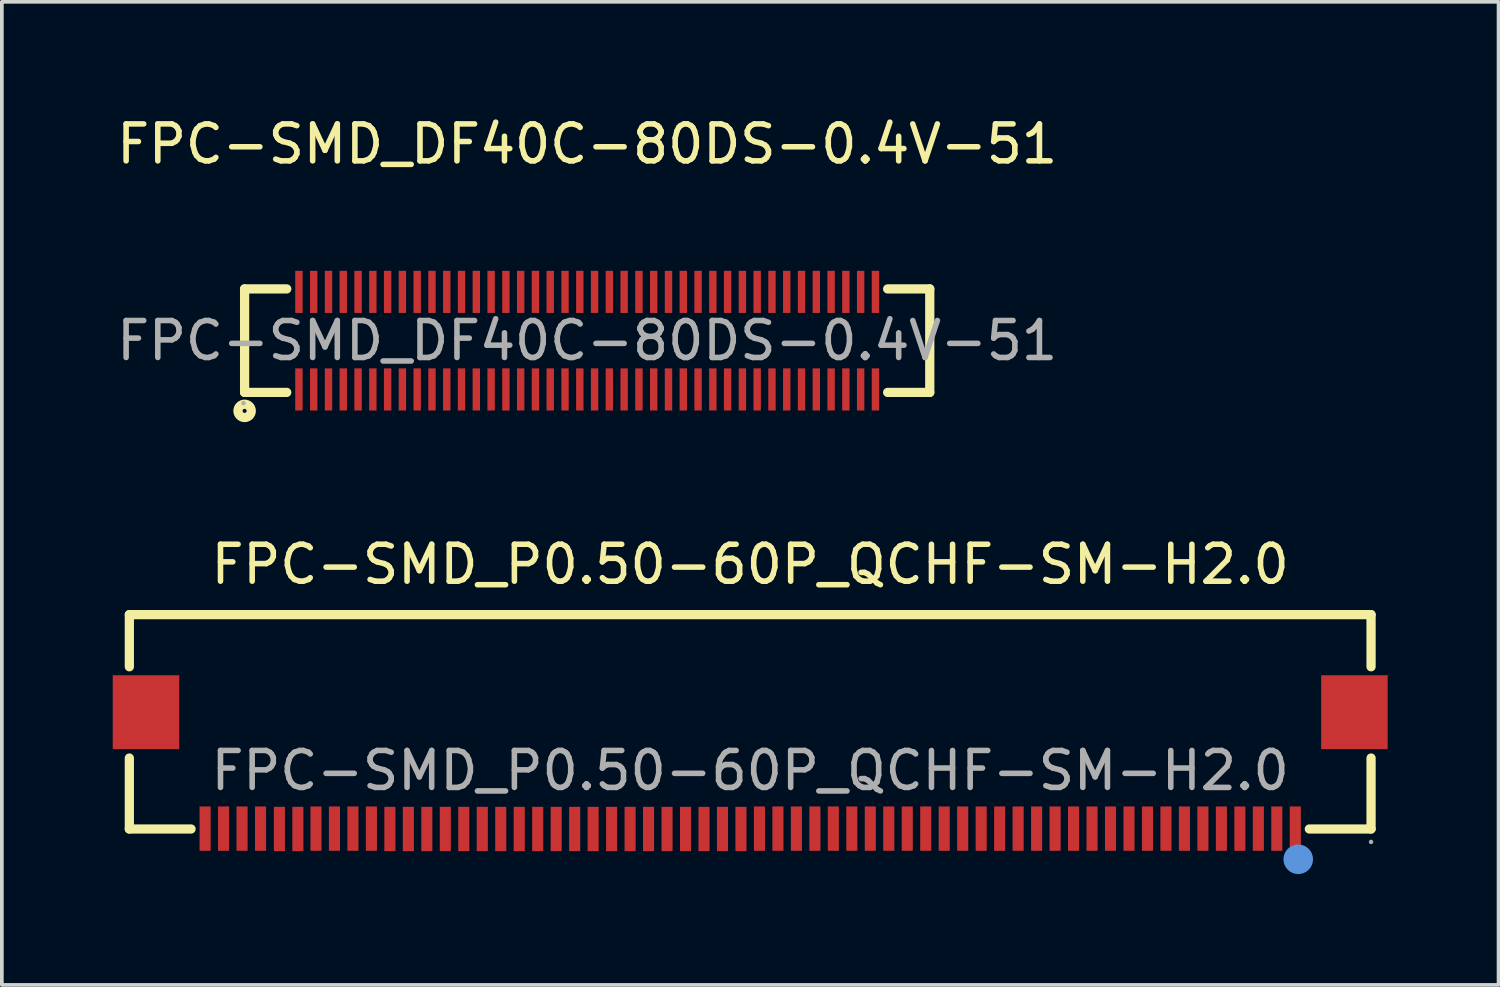
<source format=kicad_pcb>
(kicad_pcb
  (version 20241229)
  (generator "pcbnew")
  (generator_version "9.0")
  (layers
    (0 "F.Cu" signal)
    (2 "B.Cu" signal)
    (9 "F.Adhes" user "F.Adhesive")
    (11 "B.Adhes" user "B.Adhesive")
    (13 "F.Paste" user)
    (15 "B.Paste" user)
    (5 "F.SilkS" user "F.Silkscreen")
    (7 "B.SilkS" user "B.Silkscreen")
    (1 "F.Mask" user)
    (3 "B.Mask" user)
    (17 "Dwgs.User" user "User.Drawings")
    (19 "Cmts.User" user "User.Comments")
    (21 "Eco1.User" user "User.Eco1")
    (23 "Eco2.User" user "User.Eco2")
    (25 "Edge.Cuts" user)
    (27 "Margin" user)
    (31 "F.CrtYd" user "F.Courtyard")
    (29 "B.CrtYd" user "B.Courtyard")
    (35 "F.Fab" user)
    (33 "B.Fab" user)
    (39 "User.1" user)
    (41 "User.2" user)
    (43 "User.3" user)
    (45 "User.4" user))
  (footprint "FPC-SMD_DF40C-80DS-0.4V-51"
    (layer "F.Cu")
    (at 12.839 6.168)
    (property "Reference" "FPC-SMD_DF40C-80DS-0.4V-51" (at 0 -5.32 0) (layer "F.SilkS") (effects (font (size 1 1) (thickness 0.15))))
    (attr smd)
    (fp_line (start -9.27 -1.4) (end -9.27 1.4) (stroke (width 0.25) (type solid)) (layer "F.SilkS"))
    (fp_line (start -9.27 1.4) (end -8.13 1.4) (stroke (width 0.25) (type solid)) (layer "F.SilkS"))
    (fp_line (start -8.13 -1.4) (end -9.27 -1.4) (stroke (width 0.25) (type solid)) (layer "F.SilkS"))
    (fp_line (start 8.13 -1.4) (end 9.27 -1.4) (stroke (width 0.25) (type solid)) (layer "F.SilkS"))
    (fp_line (start 9.27 -1.4) (end 9.27 1.4) (stroke (width 0.25) (type solid)) (layer "F.SilkS"))
    (fp_line (start 9.27 1.4) (end 8.13 1.4) (stroke (width 0.25) (type solid)) (layer "F.SilkS"))
    (fp_circle (center -9.27 1.9) (end -9.09 1.9) (stroke (width 0.25) (type solid)) (fill no) (layer "F.SilkS"))
    (fp_circle (center -9.3 1.69) (end -9.27 1.69) (stroke (width 0.06) (type solid)) (fill no) (layer "F.Fab"))
    (fp_text user "${REFERENCE}" (at 0 0 0) (layer "F.Fab") (effects (font (size 1 1) (thickness 0.15))))
    (pad "1" smd rect (at -7.8 1.32) (size 0.2 1.14) (layers "F.Cu" "F.Mask" "F.Paste"))
    (pad "2" smd rect (at -7.4 1.32) (size 0.2 1.14) (layers "F.Cu" "F.Mask" "F.Paste"))
    (pad "3" smd rect (at -7 1.32) (size 0.2 1.14) (layers "F.Cu" "F.Mask" "F.Paste"))
    (pad "4" smd rect (at -6.6 1.32) (size 0.2 1.14) (layers "F.Cu" "F.Mask" "F.Paste"))
    (pad "5" smd rect (at -6.2 1.32) (size 0.2 1.14) (layers "F.Cu" "F.Mask" "F.Paste"))
    (pad "6" smd rect (at -5.8 1.32) (size 0.2 1.14) (layers "F.Cu" "F.Mask" "F.Paste"))
    (pad "7" smd rect (at -5.4 1.32) (size 0.2 1.14) (layers "F.Cu" "F.Mask" "F.Paste"))
    (pad "8" smd rect (at -5 1.32) (size 0.2 1.14) (layers "F.Cu" "F.Mask" "F.Paste"))
    (pad "9" smd rect (at -4.6 1.32) (size 0.2 1.14) (layers "F.Cu" "F.Mask" "F.Paste"))
    (pad "10" smd rect (at -4.2 1.32) (size 0.2 1.14) (layers "F.Cu" "F.Mask" "F.Paste"))
    (pad "11" smd rect (at -3.8 1.32) (size 0.2 1.14) (layers "F.Cu" "F.Mask" "F.Paste"))
    (pad "12" smd rect (at -3.4 1.32) (size 0.2 1.14) (layers "F.Cu" "F.Mask" "F.Paste"))
    (pad "13" smd rect (at -3 1.32) (size 0.2 1.14) (layers "F.Cu" "F.Mask" "F.Paste"))
    (pad "14" smd rect (at -2.6 1.32) (size 0.2 1.14) (layers "F.Cu" "F.Mask" "F.Paste"))
    (pad "15" smd rect (at -2.2 1.32) (size 0.2 1.14) (layers "F.Cu" "F.Mask" "F.Paste"))
    (pad "16" smd rect (at -1.8 1.32) (size 0.2 1.14) (layers "F.Cu" "F.Mask" "F.Paste"))
    (pad "17" smd rect (at -1.4 1.32) (size 0.2 1.14) (layers "F.Cu" "F.Mask" "F.Paste"))
    (pad "18" smd rect (at -1 1.32) (size 0.2 1.14) (layers "F.Cu" "F.Mask" "F.Paste"))
    (pad "19" smd rect (at -0.6 1.32) (size 0.2 1.14) (layers "F.Cu" "F.Mask" "F.Paste"))
    (pad "20" smd rect (at -0.2 1.32) (size 0.2 1.14) (layers "F.Cu" "F.Mask" "F.Paste"))
    (pad "21" smd rect (at 0.2 1.32) (size 0.2 1.14) (layers "F.Cu" "F.Mask" "F.Paste"))
    (pad "22" smd rect (at 0.6 1.32) (size 0.2 1.14) (layers "F.Cu" "F.Mask" "F.Paste"))
    (pad "23" smd rect (at 1 1.32) (size 0.2 1.14) (layers "F.Cu" "F.Mask" "F.Paste"))
    (pad "24" smd rect (at 1.4 1.32) (size 0.2 1.14) (layers "F.Cu" "F.Mask" "F.Paste"))
    (pad "25" smd rect (at 1.8 1.32) (size 0.2 1.14) (layers "F.Cu" "F.Mask" "F.Paste"))
    (pad "26" smd rect (at 2.2 1.32) (size 0.2 1.14) (layers "F.Cu" "F.Mask" "F.Paste"))
    (pad "27" smd rect (at 2.6 1.32) (size 0.2 1.14) (layers "F.Cu" "F.Mask" "F.Paste"))
    (pad "28" smd rect (at 3 1.32) (size 0.2 1.14) (layers "F.Cu" "F.Mask" "F.Paste"))
    (pad "29" smd rect (at 3.4 1.32) (size 0.2 1.14) (layers "F.Cu" "F.Mask" "F.Paste"))
    (pad "30" smd rect (at 3.8 1.32) (size 0.2 1.14) (layers "F.Cu" "F.Mask" "F.Paste"))
    (pad "31" smd rect (at 4.2 1.32) (size 0.2 1.14) (layers "F.Cu" "F.Mask" "F.Paste"))
    (pad "32" smd rect (at 4.6 1.32) (size 0.2 1.14) (layers "F.Cu" "F.Mask" "F.Paste"))
    (pad "33" smd rect (at 5 1.32) (size 0.2 1.14) (layers "F.Cu" "F.Mask" "F.Paste"))
    (pad "34" smd rect (at 5.4 1.32) (size 0.2 1.14) (layers "F.Cu" "F.Mask" "F.Paste"))
    (pad "35" smd rect (at 5.8 1.32) (size 0.2 1.14) (layers "F.Cu" "F.Mask" "F.Paste"))
    (pad "36" smd rect (at 6.2 1.32) (size 0.2 1.14) (layers "F.Cu" "F.Mask" "F.Paste"))
    (pad "37" smd rect (at 6.6 1.32) (size 0.2 1.14) (layers "F.Cu" "F.Mask" "F.Paste"))
    (pad "38" smd rect (at 7 1.32) (size 0.2 1.14) (layers "F.Cu" "F.Mask" "F.Paste"))
    (pad "39" smd rect (at 7.4 1.32) (size 0.2 1.14) (layers "F.Cu" "F.Mask" "F.Paste"))
    (pad "40" smd rect (at 7.8 1.32) (size 0.2 1.14) (layers "F.Cu" "F.Mask" "F.Paste"))
    (pad "41" smd rect (at 7.8 -1.32) (size 0.2 1.14) (layers "F.Cu" "F.Mask" "F.Paste"))
    (pad "42" smd rect (at 7.4 -1.32) (size 0.2 1.14) (layers "F.Cu" "F.Mask" "F.Paste"))
    (pad "43" smd rect (at 7 -1.32) (size 0.2 1.14) (layers "F.Cu" "F.Mask" "F.Paste"))
    (pad "44" smd rect (at 6.6 -1.32) (size 0.2 1.14) (layers "F.Cu" "F.Mask" "F.Paste"))
    (pad "45" smd rect (at 6.2 -1.32) (size 0.2 1.14) (layers "F.Cu" "F.Mask" "F.Paste"))
    (pad "46" smd rect (at 5.8 -1.32) (size 0.2 1.14) (layers "F.Cu" "F.Mask" "F.Paste"))
    (pad "47" smd rect (at 5.4 -1.32) (size 0.2 1.14) (layers "F.Cu" "F.Mask" "F.Paste"))
    (pad "48" smd rect (at 5 -1.32) (size 0.2 1.14) (layers "F.Cu" "F.Mask" "F.Paste"))
    (pad "49" smd rect (at 4.6 -1.32) (size 0.2 1.14) (layers "F.Cu" "F.Mask" "F.Paste"))
    (pad "50" smd rect (at 4.2 -1.32) (size 0.2 1.14) (layers "F.Cu" "F.Mask" "F.Paste"))
    (pad "51" smd rect (at 3.8 -1.32) (size 0.2 1.14) (layers "F.Cu" "F.Mask" "F.Paste"))
    (pad "52" smd rect (at 3.4 -1.32) (size 0.2 1.14) (layers "F.Cu" "F.Mask" "F.Paste"))
    (pad "53" smd rect (at 3 -1.32) (size 0.2 1.14) (layers "F.Cu" "F.Mask" "F.Paste"))
    (pad "54" smd rect (at 2.6 -1.32) (size 0.2 1.14) (layers "F.Cu" "F.Mask" "F.Paste"))
    (pad "55" smd rect (at 2.2 -1.32) (size 0.2 1.14) (layers "F.Cu" "F.Mask" "F.Paste"))
    (pad "56" smd rect (at 1.8 -1.32) (size 0.2 1.14) (layers "F.Cu" "F.Mask" "F.Paste"))
    (pad "57" smd rect (at 1.4 -1.32) (size 0.2 1.14) (layers "F.Cu" "F.Mask" "F.Paste"))
    (pad "58" smd rect (at 1 -1.32) (size 0.2 1.14) (layers "F.Cu" "F.Mask" "F.Paste"))
    (pad "59" smd rect (at 0.6 -1.32) (size 0.2 1.14) (layers "F.Cu" "F.Mask" "F.Paste"))
    (pad "60" smd rect (at 0.2 -1.32) (size 0.2 1.14) (layers "F.Cu" "F.Mask" "F.Paste"))
    (pad "61" smd rect (at -0.2 -1.32) (size 0.2 1.14) (layers "F.Cu" "F.Mask" "F.Paste"))
    (pad "62" smd rect (at -0.6 -1.32) (size 0.2 1.14) (layers "F.Cu" "F.Mask" "F.Paste"))
    (pad "63" smd rect (at -1 -1.32) (size 0.2 1.14) (layers "F.Cu" "F.Mask" "F.Paste"))
    (pad "64" smd rect (at -1.4 -1.32) (size 0.2 1.14) (layers "F.Cu" "F.Mask" "F.Paste"))
    (pad "65" smd rect (at -1.8 -1.32) (size 0.2 1.14) (layers "F.Cu" "F.Mask" "F.Paste"))
    (pad "66" smd rect (at -2.2 -1.32) (size 0.2 1.14) (layers "F.Cu" "F.Mask" "F.Paste"))
    (pad "67" smd rect (at -2.6 -1.32) (size 0.2 1.14) (layers "F.Cu" "F.Mask" "F.Paste"))
    (pad "68" smd rect (at -3 -1.32) (size 0.2 1.14) (layers "F.Cu" "F.Mask" "F.Paste"))
    (pad "69" smd rect (at -3.4 -1.32) (size 0.2 1.14) (layers "F.Cu" "F.Mask" "F.Paste"))
    (pad "70" smd rect (at -3.8 -1.32) (size 0.2 1.14) (layers "F.Cu" "F.Mask" "F.Paste"))
    (pad "71" smd rect (at -4.2 -1.32) (size 0.2 1.14) (layers "F.Cu" "F.Mask" "F.Paste"))
    (pad "72" smd rect (at -4.6 -1.32) (size 0.2 1.14) (layers "F.Cu" "F.Mask" "F.Paste"))
    (pad "73" smd rect (at -5 -1.32) (size 0.2 1.14) (layers "F.Cu" "F.Mask" "F.Paste"))
    (pad "74" smd rect (at -5.4 -1.32) (size 0.2 1.14) (layers "F.Cu" "F.Mask" "F.Paste"))
    (pad "75" smd rect (at -5.8 -1.32) (size 0.2 1.14) (layers "F.Cu" "F.Mask" "F.Paste"))
    (pad "76" smd rect (at -6.2 -1.32) (size 0.2 1.14) (layers "F.Cu" "F.Mask" "F.Paste"))
    (pad "77" smd rect (at -6.6 -1.32) (size 0.2 1.14) (layers "F.Cu" "F.Mask" "F.Paste"))
    (pad "78" smd rect (at -7 -1.32) (size 0.2 1.14) (layers "F.Cu" "F.Mask" "F.Paste"))
    (pad "79" smd rect (at -7.4 -1.32) (size 0.2 1.14) (layers "F.Cu" "F.Mask" "F.Paste"))
    (pad "80" smd rect (at -7.8 -1.32) (size 0.2 1.14) (layers "F.Cu" "F.Mask" "F.Paste")))
  (footprint "FPC-SMD_P0.50-60P_QCHF-SM-H2.0"
    (layer "F.Cu")
    (at 17.25 17.802)
    (property "Reference" "FPC-SMD_P0.50-60P_QCHF-SM-H2.0" (at 0 -5.58 0) (layer "F.SilkS") (effects (font (size 1 1) (thickness 0.15))))
    (attr smd)
    (fp_line (start -16.8 -4.22) (end -16.8 -2.81) (stroke (width 0.25) (type solid)) (layer "F.SilkS"))
    (fp_line (start -16.8 -4.22) (end 16.8 -4.22) (stroke (width 0.25) (type solid)) (layer "F.SilkS"))
    (fp_line (start -16.8 -0.34) (end -16.8 1.58) (stroke (width 0.25) (type solid)) (layer "F.SilkS"))
    (fp_line (start -16.8 1.58) (end -15.13 1.58) (stroke (width 0.25) (type solid)) (layer "F.SilkS"))
    (fp_line (start 15.13 1.58) (end 16.8 1.58) (stroke (width 0.25) (type solid)) (layer "F.SilkS"))
    (fp_line (start 16.8 -4.22) (end 16.8 -2.81) (stroke (width 0.25) (type solid)) (layer "F.SilkS"))
    (fp_line (start 16.8 -0.34) (end 16.8 1.58) (stroke (width 0.25) (type solid)) (layer "F.SilkS"))
    (fp_circle (center 14.83 2.4) (end 15.03 2.4) (stroke (width 0.4) (type solid)) (fill no) (layer "Cmts.User"))
    (fp_circle (center 16.8 1.93) (end 16.83 1.93) (stroke (width 0.06) (type solid)) (fill no) (layer "F.Fab"))
    (fp_text user "${REFERENCE}" (at 0 0 0) (layer "F.Fab") (effects (font (size 1 1) (thickness 0.15))))
    (pad "1" smd rect (at 14.75 1.57 180) (size 0.3 1.2) (layers "F.Cu" "F.Mask" "F.Paste"))
    (pad "2" smd rect (at 14.25 1.57 180) (size 0.3 1.2) (layers "F.Cu" "F.Mask" "F.Paste"))
    (pad "3" smd rect (at 13.75 1.57 180) (size 0.3 1.2) (layers "F.Cu" "F.Mask" "F.Paste"))
    (pad "4" smd rect (at 13.25 1.57 180) (size 0.3 1.2) (layers "F.Cu" "F.Mask" "F.Paste"))
    (pad "5" smd rect (at 12.75 1.57 180) (size 0.3 1.2) (layers "F.Cu" "F.Mask" "F.Paste"))
    (pad "6" smd rect (at 12.25 1.57 180) (size 0.3 1.2) (layers "F.Cu" "F.Mask" "F.Paste"))
    (pad "7" smd rect (at 11.75 1.57 180) (size 0.3 1.2) (layers "F.Cu" "F.Mask" "F.Paste"))
    (pad "8" smd rect (at 11.25 1.57 180) (size 0.3 1.2) (layers "F.Cu" "F.Mask" "F.Paste"))
    (pad "9" smd rect (at 10.75 1.57 180) (size 0.3 1.2) (layers "F.Cu" "F.Mask" "F.Paste"))
    (pad "10" smd rect (at 10.25 1.57 180) (size 0.3 1.2) (layers "F.Cu" "F.Mask" "F.Paste"))
    (pad "11" smd rect (at 9.75 1.57 180) (size 0.3 1.2) (layers "F.Cu" "F.Mask" "F.Paste"))
    (pad "12" smd rect (at 9.25 1.57 180) (size 0.3 1.2) (layers "F.Cu" "F.Mask" "F.Paste"))
    (pad "13" smd rect (at 8.75 1.57 180) (size 0.3 1.2) (layers "F.Cu" "F.Mask" "F.Paste"))
    (pad "14" smd rect (at 8.25 1.57 180) (size 0.3 1.2) (layers "F.Cu" "F.Mask" "F.Paste"))
    (pad "15" smd rect (at 7.75 1.57 180) (size 0.3 1.2) (layers "F.Cu" "F.Mask" "F.Paste"))
    (pad "16" smd rect (at 7.25 1.57 180) (size 0.3 1.2) (layers "F.Cu" "F.Mask" "F.Paste"))
    (pad "17" smd rect (at 6.75 1.57 180) (size 0.3 1.2) (layers "F.Cu" "F.Mask" "F.Paste"))
    (pad "18" smd rect (at 6.25 1.57 180) (size 0.3 1.2) (layers "F.Cu" "F.Mask" "F.Paste"))
    (pad "19" smd rect (at 5.75 1.57 180) (size 0.3 1.2) (layers "F.Cu" "F.Mask" "F.Paste"))
    (pad "20" smd rect (at 5.25 1.57 180) (size 0.3 1.2) (layers "F.Cu" "F.Mask" "F.Paste"))
    (pad "21" smd rect (at 4.75 1.57 180) (size 0.3 1.2) (layers "F.Cu" "F.Mask" "F.Paste"))
    (pad "22" smd rect (at 4.25 1.57 180) (size 0.3 1.2) (layers "F.Cu" "F.Mask" "F.Paste"))
    (pad "23" smd rect (at 3.75 1.57 180) (size 0.3 1.2) (layers "F.Cu" "F.Mask" "F.Paste"))
    (pad "24" smd rect (at 3.25 1.57 180) (size 0.3 1.2) (layers "F.Cu" "F.Mask" "F.Paste"))
    (pad "25" smd rect (at 2.75 1.57 180) (size 0.3 1.2) (layers "F.Cu" "F.Mask" "F.Paste"))
    (pad "26" smd rect (at 2.25 1.57 180) (size 0.3 1.2) (layers "F.Cu" "F.Mask" "F.Paste"))
    (pad "27" smd rect (at 1.75 1.57 180) (size 0.3 1.2) (layers "F.Cu" "F.Mask" "F.Paste"))
    (pad "28" smd rect (at 1.25 1.57 180) (size 0.3 1.2) (layers "F.Cu" "F.Mask" "F.Paste"))
    (pad "29" smd rect (at 0.75 1.57 180) (size 0.3 1.2) (layers "F.Cu" "F.Mask" "F.Paste"))
    (pad "30" smd rect (at 0.25 1.57 180) (size 0.3 1.2) (layers "F.Cu" "F.Mask" "F.Paste"))
    (pad "31" smd rect (at -0.25 1.58 180) (size 0.3 1.2) (layers "F.Cu" "F.Mask" "F.Paste"))
    (pad "32" smd rect (at -0.75 1.58 180) (size 0.3 1.2) (layers "F.Cu" "F.Mask" "F.Paste"))
    (pad "33" smd rect (at -1.25 1.58 180) (size 0.3 1.2) (layers "F.Cu" "F.Mask" "F.Paste"))
    (pad "34" smd rect (at -1.75 1.58 180) (size 0.3 1.2) (layers "F.Cu" "F.Mask" "F.Paste"))
    (pad "35" smd rect (at -2.25 1.58 180) (size 0.3 1.2) (layers "F.Cu" "F.Mask" "F.Paste"))
    (pad "36" smd rect (at -2.75 1.58 180) (size 0.3 1.2) (layers "F.Cu" "F.Mask" "F.Paste"))
    (pad "37" smd rect (at -3.25 1.58 180) (size 0.3 1.2) (layers "F.Cu" "F.Mask" "F.Paste"))
    (pad "38" smd rect (at -3.75 1.58 180) (size 0.3 1.2) (layers "F.Cu" "F.Mask" "F.Paste"))
    (pad "39" smd rect (at -4.25 1.58 180) (size 0.3 1.2) (layers "F.Cu" "F.Mask" "F.Paste"))
    (pad "40" smd rect (at -4.75 1.58 180) (size 0.3 1.2) (layers "F.Cu" "F.Mask" "F.Paste"))
    (pad "41" smd rect (at -5.25 1.58 180) (size 0.3 1.2) (layers "F.Cu" "F.Mask" "F.Paste"))
    (pad "42" smd rect (at -5.75 1.58 180) (size 0.3 1.2) (layers "F.Cu" "F.Mask" "F.Paste"))
    (pad "43" smd rect (at -6.25 1.58 180) (size 0.3 1.2) (layers "F.Cu" "F.Mask" "F.Paste"))
    (pad "44" smd rect (at -6.75 1.58 180) (size 0.3 1.2) (layers "F.Cu" "F.Mask" "F.Paste"))
    (pad "45" smd rect (at -7.25 1.58 180) (size 0.3 1.2) (layers "F.Cu" "F.Mask" "F.Paste"))
    (pad "46" smd rect (at -7.75 1.58 180) (size 0.3 1.2) (layers "F.Cu" "F.Mask" "F.Paste"))
    (pad "47" smd rect (at -8.25 1.58 180) (size 0.3 1.2) (layers "F.Cu" "F.Mask" "F.Paste"))
    (pad "48" smd rect (at -8.75 1.58 180) (size 0.3 1.2) (layers "F.Cu" "F.Mask" "F.Paste"))
    (pad "49" smd rect (at -9.25 1.58 180) (size 0.3 1.2) (layers "F.Cu" "F.Mask" "F.Paste"))
    (pad "50" smd rect (at -9.75 1.58 180) (size 0.3 1.2) (layers "F.Cu" "F.Mask" "F.Paste"))
    (pad "51" smd rect (at -10.25 1.57 180) (size 0.3 1.2) (layers "F.Cu" "F.Mask" "F.Paste"))
    (pad "52" smd rect (at -10.75 1.57 180) (size 0.3 1.2) (layers "F.Cu" "F.Mask" "F.Paste"))
    (pad "53" smd rect (at -11.25 1.57 180) (size 0.3 1.2) (layers "F.Cu" "F.Mask" "F.Paste"))
    (pad "54" smd rect (at -11.75 1.57 180) (size 0.3 1.2) (layers "F.Cu" "F.Mask" "F.Paste"))
    (pad "55" smd rect (at -12.24 1.58 180) (size 0.3 1.2) (layers "F.Cu" "F.Mask" "F.Paste"))
    (pad "56" smd rect (at -12.74 1.58 180) (size 0.3 1.2) (layers "F.Cu" "F.Mask" "F.Paste"))
    (pad "57" smd rect (at -13.25 1.57 180) (size 0.3 1.2) (layers "F.Cu" "F.Mask" "F.Paste"))
    (pad "58" smd rect (at -13.75 1.57 180) (size 0.3 1.2) (layers "F.Cu" "F.Mask" "F.Paste"))
    (pad "59" smd rect (at -14.25 1.57 180) (size 0.3 1.2) (layers "F.Cu" "F.Mask" "F.Paste"))
    (pad "60" smd rect (at -14.75 1.57 180) (size 0.3 1.2) (layers "F.Cu" "F.Mask" "F.Paste"))
    (pad "61" smd rect (at 16.35 -1.58 180) (size 1.8 2) (layers "F.Cu" "F.Mask" "F.Paste"))
    (pad "62" smd rect (at -16.35 -1.58 180) (size 1.8 2) (layers "F.Cu" "F.Mask" "F.Paste")))
  (gr_rect
    (start -3 -3)
    (end 37.5 23.602)
    (stroke (width 0.1) (type default))
    (fill no)
    (layer "Edge.Cuts")))
</source>
